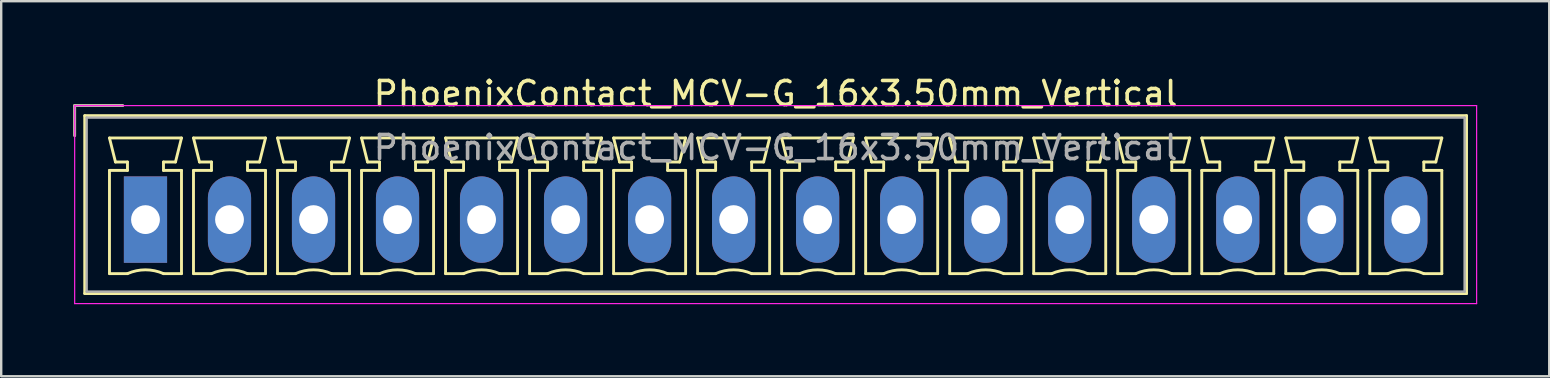
<source format=kicad_pcb>
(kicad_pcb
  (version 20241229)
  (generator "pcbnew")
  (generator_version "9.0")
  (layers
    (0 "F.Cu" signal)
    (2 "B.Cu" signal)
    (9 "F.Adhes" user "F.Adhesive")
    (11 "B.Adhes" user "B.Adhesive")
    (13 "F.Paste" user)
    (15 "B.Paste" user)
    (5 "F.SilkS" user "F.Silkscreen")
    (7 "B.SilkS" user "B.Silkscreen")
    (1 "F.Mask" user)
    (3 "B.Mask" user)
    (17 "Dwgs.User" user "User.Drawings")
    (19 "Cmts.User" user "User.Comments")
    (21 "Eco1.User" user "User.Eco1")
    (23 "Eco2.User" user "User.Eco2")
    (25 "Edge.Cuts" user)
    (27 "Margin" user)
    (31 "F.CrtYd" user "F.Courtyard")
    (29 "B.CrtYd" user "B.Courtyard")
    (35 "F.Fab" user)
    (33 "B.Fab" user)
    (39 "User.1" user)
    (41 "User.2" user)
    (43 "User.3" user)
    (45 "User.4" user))
  (footprint "PhoenixContact_MCV-G_16x3.50mm_Vertical"
    (layer "F.Cu")
    (at 3.01 6.098)
    (property "Reference" "PhoenixContact_MCV-G_16x3.50mm_Vertical" (at 26.25 -5.25 0) (layer "F.SilkS") (effects (font (size 1 1) (thickness 0.15))))
    (attr through_hole)
    (fp_line (start -2.95 -4.75) (end -0.95 -4.75) (stroke (width 0.12) (type solid)) (layer "F.SilkS"))
    (fp_line (start -2.95 -3.5) (end -2.95 -4.75) (stroke (width 0.12) (type solid)) (layer "F.SilkS"))
    (fp_line (start -2.53 -4.33) (end -2.53 3.08) (stroke (width 0.12) (type solid)) (layer "F.SilkS"))
    (fp_line (start -2.53 3.08) (end 55.03 3.08) (stroke (width 0.12) (type solid)) (layer "F.SilkS"))
    (fp_line (start -1.5 -3.4) (end 1.5 -3.4) (stroke (width 0.12) (type solid)) (layer "F.SilkS"))
    (fp_line (start -1.5 -2.05) (end -0.75 -2.05) (stroke (width 0.12) (type solid)) (layer "F.SilkS"))
    (fp_line (start -1.5 2.25) (end -1.5 -2.05) (stroke (width 0.12) (type solid)) (layer "F.SilkS"))
    (fp_line (start -1.25 -2.4) (end -1.5 -3.4) (stroke (width 0.12) (type solid)) (layer "F.SilkS"))
    (fp_line (start -0.75 -2.4) (end -1.25 -2.4) (stroke (width 0.12) (type solid)) (layer "F.SilkS"))
    (fp_line (start -0.75 -2.05) (end -0.75 -2.4) (stroke (width 0.12) (type solid)) (layer "F.SilkS"))
    (fp_line (start -0.75 2.25) (end -1.5 2.25) (stroke (width 0.12) (type solid)) (layer "F.SilkS"))
    (fp_line (start 0.75 -2.4) (end 0.75 -2.05) (stroke (width 0.12) (type solid)) (layer "F.SilkS"))
    (fp_line (start 0.75 -2.05) (end 1.5 -2.05) (stroke (width 0.12) (type solid)) (layer "F.SilkS"))
    (fp_line (start 1.25 -2.4) (end 0.75 -2.4) (stroke (width 0.12) (type solid)) (layer "F.SilkS"))
    (fp_line (start 1.5 -3.4) (end 1.25 -2.4) (stroke (width 0.12) (type solid)) (layer "F.SilkS"))
    (fp_line (start 1.5 -2.05) (end 1.5 2.25) (stroke (width 0.12) (type solid)) (layer "F.SilkS"))
    (fp_line (start 1.5 2.25) (end 0.75 2.25) (stroke (width 0.12) (type solid)) (layer "F.SilkS"))
    (fp_line (start 2 -3.4) (end 5 -3.4) (stroke (width 0.12) (type solid)) (layer "F.SilkS"))
    (fp_line (start 2 -2.05) (end 2.75 -2.05) (stroke (width 0.12) (type solid)) (layer "F.SilkS"))
    (fp_line (start 2 2.25) (end 2 -2.05) (stroke (width 0.12) (type solid)) (layer "F.SilkS"))
    (fp_line (start 2.25 -2.4) (end 2 -3.4) (stroke (width 0.12) (type solid)) (layer "F.SilkS"))
    (fp_line (start 2.75 -2.4) (end 2.25 -2.4) (stroke (width 0.12) (type solid)) (layer "F.SilkS"))
    (fp_line (start 2.75 -2.05) (end 2.75 -2.4) (stroke (width 0.12) (type solid)) (layer "F.SilkS"))
    (fp_line (start 2.75 2.25) (end 2 2.25) (stroke (width 0.12) (type solid)) (layer "F.SilkS"))
    (fp_line (start 4.25 -2.4) (end 4.25 -2.05) (stroke (width 0.12) (type solid)) (layer "F.SilkS"))
    (fp_line (start 4.25 -2.05) (end 5 -2.05) (stroke (width 0.12) (type solid)) (layer "F.SilkS"))
    (fp_line (start 4.75 -2.4) (end 4.25 -2.4) (stroke (width 0.12) (type solid)) (layer "F.SilkS"))
    (fp_line (start 5 -3.4) (end 4.75 -2.4) (stroke (width 0.12) (type solid)) (layer "F.SilkS"))
    (fp_line (start 5 -2.05) (end 5 2.25) (stroke (width 0.12) (type solid)) (layer "F.SilkS"))
    (fp_line (start 5 2.25) (end 4.25 2.25) (stroke (width 0.12) (type solid)) (layer "F.SilkS"))
    (fp_line (start 5.5 -3.4) (end 8.5 -3.4) (stroke (width 0.12) (type solid)) (layer "F.SilkS"))
    (fp_line (start 5.5 -2.05) (end 6.25 -2.05) (stroke (width 0.12) (type solid)) (layer "F.SilkS"))
    (fp_line (start 5.5 2.25) (end 5.5 -2.05) (stroke (width 0.12) (type solid)) (layer "F.SilkS"))
    (fp_line (start 5.75 -2.4) (end 5.5 -3.4) (stroke (width 0.12) (type solid)) (layer "F.SilkS"))
    (fp_line (start 6.25 -2.4) (end 5.75 -2.4) (stroke (width 0.12) (type solid)) (layer "F.SilkS"))
    (fp_line (start 6.25 -2.05) (end 6.25 -2.4) (stroke (width 0.12) (type solid)) (layer "F.SilkS"))
    (fp_line (start 6.25 2.25) (end 5.5 2.25) (stroke (width 0.12) (type solid)) (layer "F.SilkS"))
    (fp_line (start 7.75 -2.4) (end 7.75 -2.05) (stroke (width 0.12) (type solid)) (layer "F.SilkS"))
    (fp_line (start 7.75 -2.05) (end 8.5 -2.05) (stroke (width 0.12) (type solid)) (layer "F.SilkS"))
    (fp_line (start 8.25 -2.4) (end 7.75 -2.4) (stroke (width 0.12) (type solid)) (layer "F.SilkS"))
    (fp_line (start 8.5 -3.4) (end 8.25 -2.4) (stroke (width 0.12) (type solid)) (layer "F.SilkS"))
    (fp_line (start 8.5 -2.05) (end 8.5 2.25) (stroke (width 0.12) (type solid)) (layer "F.SilkS"))
    (fp_line (start 8.5 2.25) (end 7.75 2.25) (stroke (width 0.12) (type solid)) (layer "F.SilkS"))
    (fp_line (start 9 -3.4) (end 12 -3.4) (stroke (width 0.12) (type solid)) (layer "F.SilkS"))
    (fp_line (start 9 -2.05) (end 9.75 -2.05) (stroke (width 0.12) (type solid)) (layer "F.SilkS"))
    (fp_line (start 9 2.25) (end 9 -2.05) (stroke (width 0.12) (type solid)) (layer "F.SilkS"))
    (fp_line (start 9.25 -2.4) (end 9 -3.4) (stroke (width 0.12) (type solid)) (layer "F.SilkS"))
    (fp_line (start 9.75 -2.4) (end 9.25 -2.4) (stroke (width 0.12) (type solid)) (layer "F.SilkS"))
    (fp_line (start 9.75 -2.05) (end 9.75 -2.4) (stroke (width 0.12) (type solid)) (layer "F.SilkS"))
    (fp_line (start 9.75 2.25) (end 9 2.25) (stroke (width 0.12) (type solid)) (layer "F.SilkS"))
    (fp_line (start 11.25 -2.4) (end 11.25 -2.05) (stroke (width 0.12) (type solid)) (layer "F.SilkS"))
    (fp_line (start 11.25 -2.05) (end 12 -2.05) (stroke (width 0.12) (type solid)) (layer "F.SilkS"))
    (fp_line (start 11.75 -2.4) (end 11.25 -2.4) (stroke (width 0.12) (type solid)) (layer "F.SilkS"))
    (fp_line (start 12 -3.4) (end 11.75 -2.4) (stroke (width 0.12) (type solid)) (layer "F.SilkS"))
    (fp_line (start 12 -2.05) (end 12 2.25) (stroke (width 0.12) (type solid)) (layer "F.SilkS"))
    (fp_line (start 12 2.25) (end 11.25 2.25) (stroke (width 0.12) (type solid)) (layer "F.SilkS"))
    (fp_line (start 12.5 -3.4) (end 15.5 -3.4) (stroke (width 0.12) (type solid)) (layer "F.SilkS"))
    (fp_line (start 12.5 -2.05) (end 13.25 -2.05) (stroke (width 0.12) (type solid)) (layer "F.SilkS"))
    (fp_line (start 12.5 2.25) (end 12.5 -2.05) (stroke (width 0.12) (type solid)) (layer "F.SilkS"))
    (fp_line (start 12.75 -2.4) (end 12.5 -3.4) (stroke (width 0.12) (type solid)) (layer "F.SilkS"))
    (fp_line (start 13.25 -2.4) (end 12.75 -2.4) (stroke (width 0.12) (type solid)) (layer "F.SilkS"))
    (fp_line (start 13.25 -2.05) (end 13.25 -2.4) (stroke (width 0.12) (type solid)) (layer "F.SilkS"))
    (fp_line (start 13.25 2.25) (end 12.5 2.25) (stroke (width 0.12) (type solid)) (layer "F.SilkS"))
    (fp_line (start 14.75 -2.4) (end 14.75 -2.05) (stroke (width 0.12) (type solid)) (layer "F.SilkS"))
    (fp_line (start 14.75 -2.05) (end 15.5 -2.05) (stroke (width 0.12) (type solid)) (layer "F.SilkS"))
    (fp_line (start 15.25 -2.4) (end 14.75 -2.4) (stroke (width 0.12) (type solid)) (layer "F.SilkS"))
    (fp_line (start 15.5 -3.4) (end 15.25 -2.4) (stroke (width 0.12) (type solid)) (layer "F.SilkS"))
    (fp_line (start 15.5 -2.05) (end 15.5 2.25) (stroke (width 0.12) (type solid)) (layer "F.SilkS"))
    (fp_line (start 15.5 2.25) (end 14.75 2.25) (stroke (width 0.12) (type solid)) (layer "F.SilkS"))
    (fp_line (start 16 -3.4) (end 19 -3.4) (stroke (width 0.12) (type solid)) (layer "F.SilkS"))
    (fp_line (start 16 -2.05) (end 16.75 -2.05) (stroke (width 0.12) (type solid)) (layer "F.SilkS"))
    (fp_line (start 16 2.25) (end 16 -2.05) (stroke (width 0.12) (type solid)) (layer "F.SilkS"))
    (fp_line (start 16.25 -2.4) (end 16 -3.4) (stroke (width 0.12) (type solid)) (layer "F.SilkS"))
    (fp_line (start 16.75 -2.4) (end 16.25 -2.4) (stroke (width 0.12) (type solid)) (layer "F.SilkS"))
    (fp_line (start 16.75 -2.05) (end 16.75 -2.4) (stroke (width 0.12) (type solid)) (layer "F.SilkS"))
    (fp_line (start 16.75 2.25) (end 16 2.25) (stroke (width 0.12) (type solid)) (layer "F.SilkS"))
    (fp_line (start 18.25 -2.4) (end 18.25 -2.05) (stroke (width 0.12) (type solid)) (layer "F.SilkS"))
    (fp_line (start 18.25 -2.05) (end 19 -2.05) (stroke (width 0.12) (type solid)) (layer "F.SilkS"))
    (fp_line (start 18.75 -2.4) (end 18.25 -2.4) (stroke (width 0.12) (type solid)) (layer "F.SilkS"))
    (fp_line (start 19 -3.4) (end 18.75 -2.4) (stroke (width 0.12) (type solid)) (layer "F.SilkS"))
    (fp_line (start 19 -2.05) (end 19 2.25) (stroke (width 0.12) (type solid)) (layer "F.SilkS"))
    (fp_line (start 19 2.25) (end 18.25 2.25) (stroke (width 0.12) (type solid)) (layer "F.SilkS"))
    (fp_line (start 19.5 -3.4) (end 22.5 -3.4) (stroke (width 0.12) (type solid)) (layer "F.SilkS"))
    (fp_line (start 19.5 -2.05) (end 20.25 -2.05) (stroke (width 0.12) (type solid)) (layer "F.SilkS"))
    (fp_line (start 19.5 2.25) (end 19.5 -2.05) (stroke (width 0.12) (type solid)) (layer "F.SilkS"))
    (fp_line (start 19.75 -2.4) (end 19.5 -3.4) (stroke (width 0.12) (type solid)) (layer "F.SilkS"))
    (fp_line (start 20.25 -2.4) (end 19.75 -2.4) (stroke (width 0.12) (type solid)) (layer "F.SilkS"))
    (fp_line (start 20.25 -2.05) (end 20.25 -2.4) (stroke (width 0.12) (type solid)) (layer "F.SilkS"))
    (fp_line (start 20.25 2.25) (end 19.5 2.25) (stroke (width 0.12) (type solid)) (layer "F.SilkS"))
    (fp_line (start 21.75 -2.4) (end 21.75 -2.05) (stroke (width 0.12) (type solid)) (layer "F.SilkS"))
    (fp_line (start 21.75 -2.05) (end 22.5 -2.05) (stroke (width 0.12) (type solid)) (layer "F.SilkS"))
    (fp_line (start 22.25 -2.4) (end 21.75 -2.4) (stroke (width 0.12) (type solid)) (layer "F.SilkS"))
    (fp_line (start 22.5 -3.4) (end 22.25 -2.4) (stroke (width 0.12) (type solid)) (layer "F.SilkS"))
    (fp_line (start 22.5 -2.05) (end 22.5 2.25) (stroke (width 0.12) (type solid)) (layer "F.SilkS"))
    (fp_line (start 22.5 2.25) (end 21.75 2.25) (stroke (width 0.12) (type solid)) (layer "F.SilkS"))
    (fp_line (start 23 -3.4) (end 26 -3.4) (stroke (width 0.12) (type solid)) (layer "F.SilkS"))
    (fp_line (start 23 -2.05) (end 23.75 -2.05) (stroke (width 0.12) (type solid)) (layer "F.SilkS"))
    (fp_line (start 23 2.25) (end 23 -2.05) (stroke (width 0.12) (type solid)) (layer "F.SilkS"))
    (fp_line (start 23.25 -2.4) (end 23 -3.4) (stroke (width 0.12) (type solid)) (layer "F.SilkS"))
    (fp_line (start 23.75 -2.4) (end 23.25 -2.4) (stroke (width 0.12) (type solid)) (layer "F.SilkS"))
    (fp_line (start 23.75 -2.05) (end 23.75 -2.4) (stroke (width 0.12) (type solid)) (layer "F.SilkS"))
    (fp_line (start 23.75 2.25) (end 23 2.25) (stroke (width 0.12) (type solid)) (layer "F.SilkS"))
    (fp_line (start 25.25 -2.4) (end 25.25 -2.05) (stroke (width 0.12) (type solid)) (layer "F.SilkS"))
    (fp_line (start 25.25 -2.05) (end 26 -2.05) (stroke (width 0.12) (type solid)) (layer "F.SilkS"))
    (fp_line (start 25.75 -2.4) (end 25.25 -2.4) (stroke (width 0.12) (type solid)) (layer "F.SilkS"))
    (fp_line (start 26 -3.4) (end 25.75 -2.4) (stroke (width 0.12) (type solid)) (layer "F.SilkS"))
    (fp_line (start 26 -2.05) (end 26 2.25) (stroke (width 0.12) (type solid)) (layer "F.SilkS"))
    (fp_line (start 26 2.25) (end 25.25 2.25) (stroke (width 0.12) (type solid)) (layer "F.SilkS"))
    (fp_line (start 26.5 -3.4) (end 29.5 -3.4) (stroke (width 0.12) (type solid)) (layer "F.SilkS"))
    (fp_line (start 26.5 -2.05) (end 27.25 -2.05) (stroke (width 0.12) (type solid)) (layer "F.SilkS"))
    (fp_line (start 26.5 2.25) (end 26.5 -2.05) (stroke (width 0.12) (type solid)) (layer "F.SilkS"))
    (fp_line (start 26.75 -2.4) (end 26.5 -3.4) (stroke (width 0.12) (type solid)) (layer "F.SilkS"))
    (fp_line (start 27.25 -2.4) (end 26.75 -2.4) (stroke (width 0.12) (type solid)) (layer "F.SilkS"))
    (fp_line (start 27.25 -2.05) (end 27.25 -2.4) (stroke (width 0.12) (type solid)) (layer "F.SilkS"))
    (fp_line (start 27.25 2.25) (end 26.5 2.25) (stroke (width 0.12) (type solid)) (layer "F.SilkS"))
    (fp_line (start 28.75 -2.4) (end 28.75 -2.05) (stroke (width 0.12) (type solid)) (layer "F.SilkS"))
    (fp_line (start 28.75 -2.05) (end 29.5 -2.05) (stroke (width 0.12) (type solid)) (layer "F.SilkS"))
    (fp_line (start 29.25 -2.4) (end 28.75 -2.4) (stroke (width 0.12) (type solid)) (layer "F.SilkS"))
    (fp_line (start 29.5 -3.4) (end 29.25 -2.4) (stroke (width 0.12) (type solid)) (layer "F.SilkS"))
    (fp_line (start 29.5 -2.05) (end 29.5 2.25) (stroke (width 0.12) (type solid)) (layer "F.SilkS"))
    (fp_line (start 29.5 2.25) (end 28.75 2.25) (stroke (width 0.12) (type solid)) (layer "F.SilkS"))
    (fp_line (start 30 -3.4) (end 33 -3.4) (stroke (width 0.12) (type solid)) (layer "F.SilkS"))
    (fp_line (start 30 -2.05) (end 30.75 -2.05) (stroke (width 0.12) (type solid)) (layer "F.SilkS"))
    (fp_line (start 30 2.25) (end 30 -2.05) (stroke (width 0.12) (type solid)) (layer "F.SilkS"))
    (fp_line (start 30.25 -2.4) (end 30 -3.4) (stroke (width 0.12) (type solid)) (layer "F.SilkS"))
    (fp_line (start 30.75 -2.4) (end 30.25 -2.4) (stroke (width 0.12) (type solid)) (layer "F.SilkS"))
    (fp_line (start 30.75 -2.05) (end 30.75 -2.4) (stroke (width 0.12) (type solid)) (layer "F.SilkS"))
    (fp_line (start 30.75 2.25) (end 30 2.25) (stroke (width 0.12) (type solid)) (layer "F.SilkS"))
    (fp_line (start 32.25 -2.4) (end 32.25 -2.05) (stroke (width 0.12) (type solid)) (layer "F.SilkS"))
    (fp_line (start 32.25 -2.05) (end 33 -2.05) (stroke (width 0.12) (type solid)) (layer "F.SilkS"))
    (fp_line (start 32.75 -2.4) (end 32.25 -2.4) (stroke (width 0.12) (type solid)) (layer "F.SilkS"))
    (fp_line (start 33 -3.4) (end 32.75 -2.4) (stroke (width 0.12) (type solid)) (layer "F.SilkS"))
    (fp_line (start 33 -2.05) (end 33 2.25) (stroke (width 0.12) (type solid)) (layer "F.SilkS"))
    (fp_line (start 33 2.25) (end 32.25 2.25) (stroke (width 0.12) (type solid)) (layer "F.SilkS"))
    (fp_line (start 33.5 -3.4) (end 36.5 -3.4) (stroke (width 0.12) (type solid)) (layer "F.SilkS"))
    (fp_line (start 33.5 -2.05) (end 34.25 -2.05) (stroke (width 0.12) (type solid)) (layer "F.SilkS"))
    (fp_line (start 33.5 2.25) (end 33.5 -2.05) (stroke (width 0.12) (type solid)) (layer "F.SilkS"))
    (fp_line (start 33.75 -2.4) (end 33.5 -3.4) (stroke (width 0.12) (type solid)) (layer "F.SilkS"))
    (fp_line (start 34.25 -2.4) (end 33.75 -2.4) (stroke (width 0.12) (type solid)) (layer "F.SilkS"))
    (fp_line (start 34.25 -2.05) (end 34.25 -2.4) (stroke (width 0.12) (type solid)) (layer "F.SilkS"))
    (fp_line (start 34.25 2.25) (end 33.5 2.25) (stroke (width 0.12) (type solid)) (layer "F.SilkS"))
    (fp_line (start 35.75 -2.4) (end 35.75 -2.05) (stroke (width 0.12) (type solid)) (layer "F.SilkS"))
    (fp_line (start 35.75 -2.05) (end 36.5 -2.05) (stroke (width 0.12) (type solid)) (layer "F.SilkS"))
    (fp_line (start 36.25 -2.4) (end 35.75 -2.4) (stroke (width 0.12) (type solid)) (layer "F.SilkS"))
    (fp_line (start 36.5 -3.4) (end 36.25 -2.4) (stroke (width 0.12) (type solid)) (layer "F.SilkS"))
    (fp_line (start 36.5 -2.05) (end 36.5 2.25) (stroke (width 0.12) (type solid)) (layer "F.SilkS"))
    (fp_line (start 36.5 2.25) (end 35.75 2.25) (stroke (width 0.12) (type solid)) (layer "F.SilkS"))
    (fp_line (start 37 -3.4) (end 40 -3.4) (stroke (width 0.12) (type solid)) (layer "F.SilkS"))
    (fp_line (start 37 -2.05) (end 37.75 -2.05) (stroke (width 0.12) (type solid)) (layer "F.SilkS"))
    (fp_line (start 37 2.25) (end 37 -2.05) (stroke (width 0.12) (type solid)) (layer "F.SilkS"))
    (fp_line (start 37.25 -2.4) (end 37 -3.4) (stroke (width 0.12) (type solid)) (layer "F.SilkS"))
    (fp_line (start 37.75 -2.4) (end 37.25 -2.4) (stroke (width 0.12) (type solid)) (layer "F.SilkS"))
    (fp_line (start 37.75 -2.05) (end 37.75 -2.4) (stroke (width 0.12) (type solid)) (layer "F.SilkS"))
    (fp_line (start 37.75 2.25) (end 37 2.25) (stroke (width 0.12) (type solid)) (layer "F.SilkS"))
    (fp_line (start 39.25 -2.4) (end 39.25 -2.05) (stroke (width 0.12) (type solid)) (layer "F.SilkS"))
    (fp_line (start 39.25 -2.05) (end 40 -2.05) (stroke (width 0.12) (type solid)) (layer "F.SilkS"))
    (fp_line (start 39.75 -2.4) (end 39.25 -2.4) (stroke (width 0.12) (type solid)) (layer "F.SilkS"))
    (fp_line (start 40 -3.4) (end 39.75 -2.4) (stroke (width 0.12) (type solid)) (layer "F.SilkS"))
    (fp_line (start 40 -2.05) (end 40 2.25) (stroke (width 0.12) (type solid)) (layer "F.SilkS"))
    (fp_line (start 40 2.25) (end 39.25 2.25) (stroke (width 0.12) (type solid)) (layer "F.SilkS"))
    (fp_line (start 40.5 -3.4) (end 43.5 -3.4) (stroke (width 0.12) (type solid)) (layer "F.SilkS"))
    (fp_line (start 40.5 -2.05) (end 41.25 -2.05) (stroke (width 0.12) (type solid)) (layer "F.SilkS"))
    (fp_line (start 40.5 2.25) (end 40.5 -2.05) (stroke (width 0.12) (type solid)) (layer "F.SilkS"))
    (fp_line (start 40.75 -2.4) (end 40.5 -3.4) (stroke (width 0.12) (type solid)) (layer "F.SilkS"))
    (fp_line (start 41.25 -2.4) (end 40.75 -2.4) (stroke (width 0.12) (type solid)) (layer "F.SilkS"))
    (fp_line (start 41.25 -2.05) (end 41.25 -2.4) (stroke (width 0.12) (type solid)) (layer "F.SilkS"))
    (fp_line (start 41.25 2.25) (end 40.5 2.25) (stroke (width 0.12) (type solid)) (layer "F.SilkS"))
    (fp_line (start 42.75 -2.4) (end 42.75 -2.05) (stroke (width 0.12) (type solid)) (layer "F.SilkS"))
    (fp_line (start 42.75 -2.05) (end 43.5 -2.05) (stroke (width 0.12) (type solid)) (layer "F.SilkS"))
    (fp_line (start 43.25 -2.4) (end 42.75 -2.4) (stroke (width 0.12) (type solid)) (layer "F.SilkS"))
    (fp_line (start 43.5 -3.4) (end 43.25 -2.4) (stroke (width 0.12) (type solid)) (layer "F.SilkS"))
    (fp_line (start 43.5 -2.05) (end 43.5 2.25) (stroke (width 0.12) (type solid)) (layer "F.SilkS"))
    (fp_line (start 43.5 2.25) (end 42.75 2.25) (stroke (width 0.12) (type solid)) (layer "F.SilkS"))
    (fp_line (start 44 -3.4) (end 47 -3.4) (stroke (width 0.12) (type solid)) (layer "F.SilkS"))
    (fp_line (start 44 -2.05) (end 44.75 -2.05) (stroke (width 0.12) (type solid)) (layer "F.SilkS"))
    (fp_line (start 44 2.25) (end 44 -2.05) (stroke (width 0.12) (type solid)) (layer "F.SilkS"))
    (fp_line (start 44.25 -2.4) (end 44 -3.4) (stroke (width 0.12) (type solid)) (layer "F.SilkS"))
    (fp_line (start 44.75 -2.4) (end 44.25 -2.4) (stroke (width 0.12) (type solid)) (layer "F.SilkS"))
    (fp_line (start 44.75 -2.05) (end 44.75 -2.4) (stroke (width 0.12) (type solid)) (layer "F.SilkS"))
    (fp_line (start 44.75 2.25) (end 44 2.25) (stroke (width 0.12) (type solid)) (layer "F.SilkS"))
    (fp_line (start 46.25 -2.4) (end 46.25 -2.05) (stroke (width 0.12) (type solid)) (layer "F.SilkS"))
    (fp_line (start 46.25 -2.05) (end 47 -2.05) (stroke (width 0.12) (type solid)) (layer "F.SilkS"))
    (fp_line (start 46.75 -2.4) (end 46.25 -2.4) (stroke (width 0.12) (type solid)) (layer "F.SilkS"))
    (fp_line (start 47 -3.4) (end 46.75 -2.4) (stroke (width 0.12) (type solid)) (layer "F.SilkS"))
    (fp_line (start 47 -2.05) (end 47 2.25) (stroke (width 0.12) (type solid)) (layer "F.SilkS"))
    (fp_line (start 47 2.25) (end 46.25 2.25) (stroke (width 0.12) (type solid)) (layer "F.SilkS"))
    (fp_line (start 47.5 -3.4) (end 50.5 -3.4) (stroke (width 0.12) (type solid)) (layer "F.SilkS"))
    (fp_line (start 47.5 -2.05) (end 48.25 -2.05) (stroke (width 0.12) (type solid)) (layer "F.SilkS"))
    (fp_line (start 47.5 2.25) (end 47.5 -2.05) (stroke (width 0.12) (type solid)) (layer "F.SilkS"))
    (fp_line (start 47.75 -2.4) (end 47.5 -3.4) (stroke (width 0.12) (type solid)) (layer "F.SilkS"))
    (fp_line (start 48.25 -2.4) (end 47.75 -2.4) (stroke (width 0.12) (type solid)) (layer "F.SilkS"))
    (fp_line (start 48.25 -2.05) (end 48.25 -2.4) (stroke (width 0.12) (type solid)) (layer "F.SilkS"))
    (fp_line (start 48.25 2.25) (end 47.5 2.25) (stroke (width 0.12) (type solid)) (layer "F.SilkS"))
    (fp_line (start 49.75 -2.4) (end 49.75 -2.05) (stroke (width 0.12) (type solid)) (layer "F.SilkS"))
    (fp_line (start 49.75 -2.05) (end 50.5 -2.05) (stroke (width 0.12) (type solid)) (layer "F.SilkS"))
    (fp_line (start 50.25 -2.4) (end 49.75 -2.4) (stroke (width 0.12) (type solid)) (layer "F.SilkS"))
    (fp_line (start 50.5 -3.4) (end 50.25 -2.4) (stroke (width 0.12) (type solid)) (layer "F.SilkS"))
    (fp_line (start 50.5 -2.05) (end 50.5 2.25) (stroke (width 0.12) (type solid)) (layer "F.SilkS"))
    (fp_line (start 50.5 2.25) (end 49.75 2.25) (stroke (width 0.12) (type solid)) (layer "F.SilkS"))
    (fp_line (start 51 -3.4) (end 54 -3.4) (stroke (width 0.12) (type solid)) (layer "F.SilkS"))
    (fp_line (start 51 -2.05) (end 51.75 -2.05) (stroke (width 0.12) (type solid)) (layer "F.SilkS"))
    (fp_line (start 51 2.25) (end 51 -2.05) (stroke (width 0.12) (type solid)) (layer "F.SilkS"))
    (fp_line (start 51.25 -2.4) (end 51 -3.4) (stroke (width 0.12) (type solid)) (layer "F.SilkS"))
    (fp_line (start 51.75 -2.4) (end 51.25 -2.4) (stroke (width 0.12) (type solid)) (layer "F.SilkS"))
    (fp_line (start 51.75 -2.05) (end 51.75 -2.4) (stroke (width 0.12) (type solid)) (layer "F.SilkS"))
    (fp_line (start 51.75 2.25) (end 51 2.25) (stroke (width 0.12) (type solid)) (layer "F.SilkS"))
    (fp_line (start 53.25 -2.4) (end 53.25 -2.05) (stroke (width 0.12) (type solid)) (layer "F.SilkS"))
    (fp_line (start 53.25 -2.05) (end 54 -2.05) (stroke (width 0.12) (type solid)) (layer "F.SilkS"))
    (fp_line (start 53.75 -2.4) (end 53.25 -2.4) (stroke (width 0.12) (type solid)) (layer "F.SilkS"))
    (fp_line (start 54 -3.4) (end 53.75 -2.4) (stroke (width 0.12) (type solid)) (layer "F.SilkS"))
    (fp_line (start 54 -2.05) (end 54 2.25) (stroke (width 0.12) (type solid)) (layer "F.SilkS"))
    (fp_line (start 54 2.25) (end 53.25 2.25) (stroke (width 0.12) (type solid)) (layer "F.SilkS"))
    (fp_line (start 55.03 -4.33) (end -2.53 -4.33) (stroke (width 0.12) (type solid)) (layer "F.SilkS"))
    (fp_line (start 55.03 3.08) (end 55.03 -4.33) (stroke (width 0.12) (type solid)) (layer "F.SilkS"))
    (fp_arc (start -0.75 2.25) (mid -0.000193 2.09191) (end 0.749647 2.249844) (stroke (width 0.12) (type solid)) (layer "F.SilkS"))
    (fp_arc (start 2.75 2.25) (mid 3.499807 2.09191) (end 4.249647 2.249844) (stroke (width 0.12) (type solid)) (layer "F.SilkS"))
    (fp_arc (start 6.25 2.25) (mid 6.999807 2.09191) (end 7.749647 2.249844) (stroke (width 0.12) (type solid)) (layer "F.SilkS"))
    (fp_arc (start 9.75 2.25) (mid 10.499807 2.09191) (end 11.249647 2.249844) (stroke (width 0.12) (type solid)) (layer "F.SilkS"))
    (fp_arc (start 13.25 2.25) (mid 13.999807 2.09191) (end 14.749647 2.249844) (stroke (width 0.12) (type solid)) (layer "F.SilkS"))
    (fp_arc (start 16.75 2.25) (mid 17.499807 2.09191) (end 18.249647 2.249844) (stroke (width 0.12) (type solid)) (layer "F.SilkS"))
    (fp_arc (start 20.25 2.25) (mid 20.999807 2.09191) (end 21.749647 2.249844) (stroke (width 0.12) (type solid)) (layer "F.SilkS"))
    (fp_arc (start 23.75 2.25) (mid 24.499807 2.09191) (end 25.249647 2.249844) (stroke (width 0.12) (type solid)) (layer "F.SilkS"))
    (fp_arc (start 27.25 2.25) (mid 27.999807 2.09191) (end 28.749647 2.249844) (stroke (width 0.12) (type solid)) (layer "F.SilkS"))
    (fp_arc (start 30.75 2.25) (mid 31.499807 2.09191) (end 32.249647 2.249844) (stroke (width 0.12) (type solid)) (layer "F.SilkS"))
    (fp_arc (start 34.25 2.25) (mid 34.999807 2.09191) (end 35.749647 2.249844) (stroke (width 0.12) (type solid)) (layer "F.SilkS"))
    (fp_arc (start 37.75 2.25) (mid 38.499807 2.09191) (end 39.249647 2.249844) (stroke (width 0.12) (type solid)) (layer "F.SilkS"))
    (fp_arc (start 41.25 2.25) (mid 41.999807 2.09191) (end 42.749647 2.249844) (stroke (width 0.12) (type solid)) (layer "F.SilkS"))
    (fp_arc (start 44.75 2.25) (mid 45.499807 2.09191) (end 46.249647 2.249844) (stroke (width 0.12) (type solid)) (layer "F.SilkS"))
    (fp_arc (start 48.25 2.25) (mid 48.999807 2.09191) (end 49.749647 2.249844) (stroke (width 0.12) (type solid)) (layer "F.SilkS"))
    (fp_arc (start 51.75 2.25) (mid 52.499807 2.09191) (end 53.249647 2.249844) (stroke (width 0.12) (type solid)) (layer "F.SilkS"))
    (fp_line (start -2.95 -4.75) (end -2.95 3.5) (stroke (width 0.05) (type solid)) (layer "F.CrtYd"))
    (fp_line (start -2.95 3.5) (end 55.45 3.5) (stroke (width 0.05) (type solid)) (layer "F.CrtYd"))
    (fp_line (start 55.45 -4.75) (end -2.95 -4.75) (stroke (width 0.05) (type solid)) (layer "F.CrtYd"))
    (fp_line (start 55.45 3.5) (end 55.45 -4.75) (stroke (width 0.05) (type solid)) (layer "F.CrtYd"))
    (fp_line (start -2.95 -4.75) (end -0.95 -4.75) (stroke (width 0.1) (type solid)) (layer "F.Fab"))
    (fp_line (start -2.95 -3.5) (end -2.95 -4.75) (stroke (width 0.1) (type solid)) (layer "F.Fab"))
    (fp_line (start -2.45 -4.25) (end -2.45 3) (stroke (width 0.1) (type solid)) (layer "F.Fab"))
    (fp_line (start -2.45 3) (end 54.95 3) (stroke (width 0.1) (type solid)) (layer "F.Fab"))
    (fp_line (start 54.95 -4.25) (end -2.45 -4.25) (stroke (width 0.1) (type solid)) (layer "F.Fab"))
    (fp_line (start 54.95 3) (end 54.95 -4.25) (stroke (width 0.1) (type solid)) (layer "F.Fab"))
    (fp_text user "${REFERENCE}" (at 26.25 -3 0) (layer "F.Fab") (effects (font (size 1 1) (thickness 0.15))))
    (pad "1" thru_hole rect (at 0 0) (size 1.8 3.6) (drill 1.2) (layers "*.Cu" "*.Mask"))
    (pad "2" thru_hole oval (at 3.5 0) (size 1.8 3.6) (drill 1.2) (layers "*.Cu" "*.Mask"))
    (pad "3" thru_hole oval (at 7 0) (size 1.8 3.6) (drill 1.2) (layers "*.Cu" "*.Mask"))
    (pad "4" thru_hole oval (at 10.5 0) (size 1.8 3.6) (drill 1.2) (layers "*.Cu" "*.Mask"))
    (pad "5" thru_hole oval (at 14 0) (size 1.8 3.6) (drill 1.2) (layers "*.Cu" "*.Mask"))
    (pad "6" thru_hole oval (at 17.5 0) (size 1.8 3.6) (drill 1.2) (layers "*.Cu" "*.Mask"))
    (pad "7" thru_hole oval (at 21 0) (size 1.8 3.6) (drill 1.2) (layers "*.Cu" "*.Mask"))
    (pad "8" thru_hole oval (at 24.5 0) (size 1.8 3.6) (drill 1.2) (layers "*.Cu" "*.Mask"))
    (pad "9" thru_hole oval (at 28 0) (size 1.8 3.6) (drill 1.2) (layers "*.Cu" "*.Mask"))
    (pad "10" thru_hole oval (at 31.5 0) (size 1.8 3.6) (drill 1.2) (layers "*.Cu" "*.Mask"))
    (pad "11" thru_hole oval (at 35 0) (size 1.8 3.6) (drill 1.2) (layers "*.Cu" "*.Mask"))
    (pad "12" thru_hole oval (at 38.5 0) (size 1.8 3.6) (drill 1.2) (layers "*.Cu" "*.Mask"))
    (pad "13" thru_hole oval (at 42 0) (size 1.8 3.6) (drill 1.2) (layers "*.Cu" "*.Mask"))
    (pad "14" thru_hole oval (at 45.5 0) (size 1.8 3.6) (drill 1.2) (layers "*.Cu" "*.Mask"))
    (pad "15" thru_hole oval (at 49 0) (size 1.8 3.6) (drill 1.2) (layers "*.Cu" "*.Mask"))
    (pad "16" thru_hole oval (at 52.5 0) (size 1.8 3.6) (drill 1.2) (layers "*.Cu" "*.Mask")))
  (gr_rect
    (start -3 -3)
    (end 61.485 12.623)
    (stroke (width 0.1) (type default))
    (fill no)
    (layer "Edge.Cuts")))
</source>
